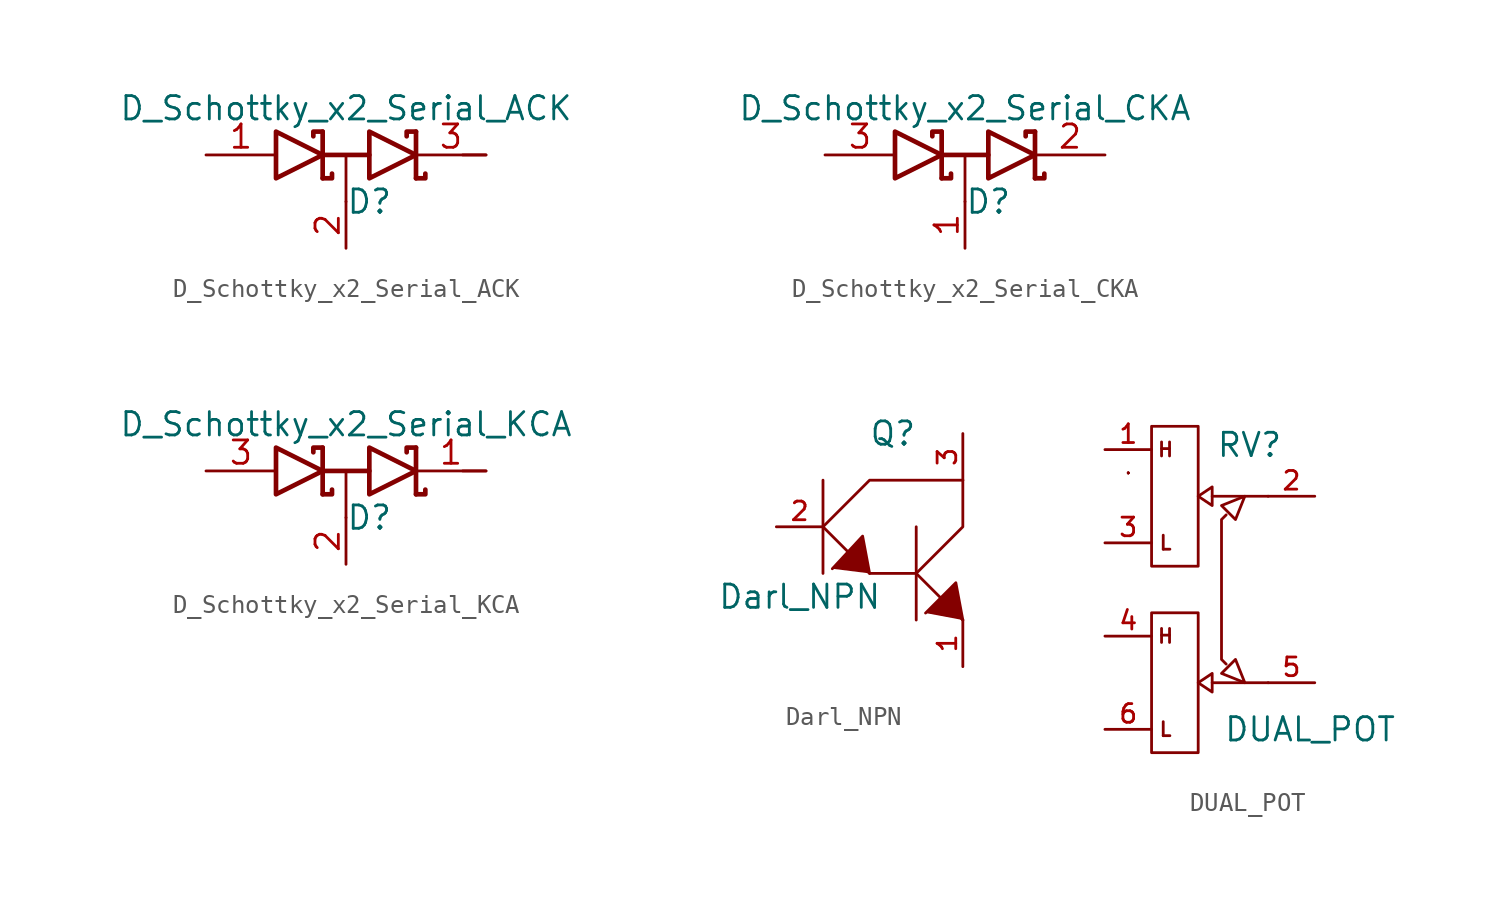
<source format=kicad_sym>
(kicad_symbol_lib
  (version 20211014)
  (generator kicad_symbol_editor)
  (symbol "D_Schottky_x2_Serial_ACK"
    (pin_names
      (offset 0.762) hide)
    (property "Reference" "D"
      (at 1.27 -2.54 0)
      (effects (font (size 1.27 1.27))))
    (property "Value" "D_Schottky_x2_Serial_ACK"
      (at 0 2.54 0)
      (effects (font (size 1.27 1.27))))
    (property "Footprint" ""
      (at 0 0 0)
      (effects (font (size 1.524 1.524))))
    (property "Datasheet" ""
      (at 0 0 0)
      (effects (font (size 1.524 1.524))))
    (symbol "D_Schottky_x2_Serial_ACK_0_1"
      (polyline (pts (xy 0 0) (xy 0 -2.54)) (stroke (width 0) (type default) (color 0 0 0 0)) (fill (type none)))
      (polyline (pts (xy 6.35 0) (xy 7.62 0)) (stroke (width 0) (type default) (color 0 0 0 0)) (fill (type none)))
      (polyline (pts (xy -1.27 -1.27) (xy -1.27 1.27) (xy -1.27 1.27)) (stroke (width 0.254) (type default) (color 0 0 0 0)) (fill (type none)))
      (polyline (pts (xy -1.27 0) (xy 1.27 0) (xy 1.27 0)) (stroke (width 0.254) (type default) (color 0 0 0 0)) (fill (type none)))
      (polyline (pts (xy 3.81 1.27) (xy 3.81 -1.27) (xy 3.81 -1.27)) (stroke (width 0.254) (type default) (color 0 0 0 0)) (fill (type none)))
      (polyline (pts (xy -1.27 -1.27) (xy -0.762 -1.27) (xy -0.762 -1.016) (xy -0.762 -1.016)) (stroke (width 0.254) (type default) (color 0 0 0 0)) (fill (type none)))
      (polyline (pts (xy 3.81 -1.27) (xy 4.318 -1.27) (xy 4.318 -1.016) (xy 4.318 -1.016)) (stroke (width 0.254) (type default) (color 0 0 0 0)) (fill (type none)))
      (polyline (pts (xy 3.81 1.27) (xy 3.302 1.27) (xy 3.302 1.016) (xy 3.302 1.016)) (stroke (width 0.254) (type default) (color 0 0 0 0)) (fill (type none)))
      (polyline (pts (xy -1.778 1.016) (xy -1.778 1.27) (xy -1.27 1.27) (xy -1.27 1.27) (xy -1.27 1.27)) (stroke (width 0.254) (type default) (color 0 0 0 0)) (fill (type none)))
      (polyline (pts (xy -3.81 1.27) (xy -1.27 0) (xy -3.81 -1.27) (xy -3.81 1.27) (xy -3.81 1.27) (xy -3.81 1.27)) (stroke (width 0.254) (type default) (color 0 0 0 0)) (fill (type none)))
      (polyline (pts (xy 1.27 1.27) (xy 3.81 0) (xy 1.27 -1.27) (xy 1.27 1.27) (xy 1.27 1.27) (xy 1.27 1.27)) (stroke (width 0.254) (type default) (color 0 0 0 0)) (fill (type none)))
      (pin passive line (at -7.62 0 0) (length 3.81) (name "A" (effects (font (size 1.27 1.27)))) (number "1" (effects (font (size 1.27 1.27)))))
      (pin passive line (at 0 -5.08 90) (length 2.54) (name "common" (effects (font (size 1.27 1.27)))) (number "2" (effects (font (size 1.27 1.27)))))
      (pin passive line (at 7.62 0 180) (length 3.81) (name "K" (effects (font (size 1.27 1.27)))) (number "3" (effects (font (size 1.27 1.27)))))))
  (symbol "D_Schottky_x2_Serial_CKA"
    (pin_names
      (offset 0.762) hide)
    (property "Reference" "D"
      (at 1.27 -2.54 0)
      (effects (font (size 1.27 1.27))))
    (property "Value" "D_Schottky_x2_Serial_CKA"
      (at 0 2.54 0)
      (effects (font (size 1.27 1.27))))
    (property "Footprint" ""
      (at 0 0 0)
      (effects (font (size 1.524 1.524))))
    (property "Datasheet" ""
      (at 0 0 0)
      (effects (font (size 1.524 1.524))))
    (symbol "D_Schottky_x2_Serial_CKA_0_1"
      (polyline (pts (xy 0 0) (xy 0 -2.54)) (stroke (width 0) (type default) (color 0 0 0 0)) (fill (type none)))
      (polyline (pts (xy -1.27 -1.27) (xy -1.27 1.27) (xy -1.27 1.27)) (stroke (width 0.254) (type default) (color 0 0 0 0)) (fill (type none)))
      (polyline (pts (xy -1.27 0) (xy 1.27 0) (xy 1.27 0)) (stroke (width 0.254) (type default) (color 0 0 0 0)) (fill (type none)))
      (polyline (pts (xy 3.81 1.27) (xy 3.81 -1.27) (xy 3.81 -1.27)) (stroke (width 0.254) (type default) (color 0 0 0 0)) (fill (type none)))
      (polyline (pts (xy -1.27 -1.27) (xy -0.762 -1.27) (xy -0.762 -1.016) (xy -0.762 -1.016)) (stroke (width 0.254) (type default) (color 0 0 0 0)) (fill (type none)))
      (polyline (pts (xy 3.81 -1.27) (xy 4.318 -1.27) (xy 4.318 -1.016) (xy 4.318 -1.016)) (stroke (width 0.254) (type default) (color 0 0 0 0)) (fill (type none)))
      (polyline (pts (xy 3.81 1.27) (xy 3.302 1.27) (xy 3.302 1.016) (xy 3.302 1.016)) (stroke (width 0.254) (type default) (color 0 0 0 0)) (fill (type none)))
      (polyline (pts (xy -1.778 1.016) (xy -1.778 1.27) (xy -1.27 1.27) (xy -1.27 1.27) (xy -1.27 1.27)) (stroke (width 0.254) (type default) (color 0 0 0 0)) (fill (type none)))
      (polyline (pts (xy -3.81 1.27) (xy -1.27 0) (xy -3.81 -1.27) (xy -3.81 1.27) (xy -3.81 1.27) (xy -3.81 1.27)) (stroke (width 0.254) (type default) (color 0 0 0 0)) (fill (type none)))
      (polyline (pts (xy 1.27 1.27) (xy 3.81 0) (xy 1.27 -1.27) (xy 1.27 1.27) (xy 1.27 1.27) (xy 1.27 1.27)) (stroke (width 0.254) (type default) (color 0 0 0 0)) (fill (type none)))
      (pin passive line (at 0 -5.08 90) (length 2.54) (name "common" (effects (font (size 1.27 1.27)))) (number "1" (effects (font (size 1.27 1.27)))))
      (pin passive line (at 7.62 0 180) (length 3.81) (name "K" (effects (font (size 1.27 1.27)))) (number "2" (effects (font (size 1.27 1.27)))))
      (pin passive line (at -7.62 0 0) (length 3.81) (name "A" (effects (font (size 1.27 1.27)))) (number "3" (effects (font (size 1.27 1.27)))))))
  (symbol "D_Schottky_x2_Serial_KCA"
    (pin_names
      (offset 0.762) hide)
    (property "Reference" "D"
      (at 1.27 -2.54 0)
      (effects (font (size 1.27 1.27))))
    (property "Value" "D_Schottky_x2_Serial_KCA"
      (at 0 2.54 0)
      (effects (font (size 1.27 1.27))))
    (property "Footprint" ""
      (at 0 0 0)
      (effects (font (size 1.524 1.524))))
    (property "Datasheet" ""
      (at 0 0 0)
      (effects (font (size 1.524 1.524))))
    (symbol "D_Schottky_x2_Serial_KCA_0_1"
      (polyline (pts (xy 0 0) (xy 0 -2.54)) (stroke (width 0) (type default) (color 0 0 0 0)) (fill (type none)))
      (polyline (pts (xy 6.35 0) (xy 7.62 0)) (stroke (width 0) (type default) (color 0 0 0 0)) (fill (type none)))
      (polyline (pts (xy -1.27 -1.27) (xy -1.27 1.27) (xy -1.27 1.27)) (stroke (width 0.254) (type default) (color 0 0 0 0)) (fill (type none)))
      (polyline (pts (xy -1.27 0) (xy 1.27 0) (xy 1.27 0)) (stroke (width 0.254) (type default) (color 0 0 0 0)) (fill (type none)))
      (polyline (pts (xy 3.81 1.27) (xy 3.81 -1.27) (xy 3.81 -1.27)) (stroke (width 0.254) (type default) (color 0 0 0 0)) (fill (type none)))
      (polyline (pts (xy -1.27 -1.27) (xy -0.762 -1.27) (xy -0.762 -1.016) (xy -0.762 -1.016)) (stroke (width 0.254) (type default) (color 0 0 0 0)) (fill (type none)))
      (polyline (pts (xy 3.81 -1.27) (xy 4.318 -1.27) (xy 4.318 -1.016) (xy 4.318 -1.016)) (stroke (width 0.254) (type default) (color 0 0 0 0)) (fill (type none)))
      (polyline (pts (xy 3.81 1.27) (xy 3.302 1.27) (xy 3.302 1.016) (xy 3.302 1.016)) (stroke (width 0.254) (type default) (color 0 0 0 0)) (fill (type none)))
      (polyline (pts (xy -1.778 1.016) (xy -1.778 1.27) (xy -1.27 1.27) (xy -1.27 1.27) (xy -1.27 1.27)) (stroke (width 0.254) (type default) (color 0 0 0 0)) (fill (type none)))
      (polyline (pts (xy -3.81 1.27) (xy -1.27 0) (xy -3.81 -1.27) (xy -3.81 1.27) (xy -3.81 1.27) (xy -3.81 1.27)) (stroke (width 0.254) (type default) (color 0 0 0 0)) (fill (type none)))
      (polyline (pts (xy 1.27 1.27) (xy 3.81 0) (xy 1.27 -1.27) (xy 1.27 1.27) (xy 1.27 1.27) (xy 1.27 1.27)) (stroke (width 0.254) (type default) (color 0 0 0 0)) (fill (type none)))
      (pin passive line (at 7.62 0 180) (length 3.81) (name "K" (effects (font (size 1.27 1.27)))) (number "1" (effects (font (size 1.27 1.27)))))
      (pin passive line (at 0 -5.08 90) (length 2.54) (name "common" (effects (font (size 1.27 1.27)))) (number "2" (effects (font (size 1.27 1.27)))))
      (pin passive line (at -7.62 0 0) (length 3.81) (name "A" (effects (font (size 1.27 1.27)))) (number "3" (effects (font (size 1.27 1.27)))))))
  (symbol "Darl_NPN"
    (pin_names
      (offset 0.254))
    (property "Reference" "Q"
      (at 0 5.08 0)
      (effects (font (size 1.27 1.27))))
    (property "Value" "Darl_NPN"
      (at -5.08 -3.81 0)
      (effects (font (size 1.27 1.27))))
    (property "Footprint" ""
      (at 0 -1.27 0)
      (effects (font (size 1.524 1.524))))
    (property "Datasheet" ""
      (at 0 -1.27 0)
      (effects (font (size 1.524 1.524))))
    (symbol "Darl_NPN_0_0"
      (polyline (pts (xy -3.81 -2.54) (xy -3.81 2.54)) (stroke (width 0) (type default) (color 0 0 0 0)) (fill (type none)))
      (polyline (pts (xy 1.27 0) (xy 1.27 -5.08)) (stroke (width 0) (type default) (color 0 0 0 0)) (fill (type none))))
    (symbol "Darl_NPN_0_1"
      (polyline (pts (xy 1.27 -2.54) (xy 3.81 -5.08)) (stroke (width 0) (type default) (color 0 0 0 0)) (fill (type none)))
      (polyline (pts (xy -3.81 0) (xy -1.27 -2.54) (xy 1.27 -2.54)) (stroke (width 0) (type default) (color 0 0 0 0)) (fill (type none)))
      (polyline (pts (xy -3.81 0) (xy -1.27 2.54) (xy 3.81 2.54)) (stroke (width 0) (type default) (color 0 0 0 0)) (fill (type none)))
      (polyline (pts (xy -1.27 -2.54) (xy -1.651 -0.508) (xy -3.302 -2.286)) (stroke (width 0) (type default) (color 0 0 0 0)) (fill (type outline)))
      (polyline (pts (xy 1.27 -2.54) (xy 3.81 0) (xy 3.81 2.54)) (stroke (width 0) (type default) (color 0 0 0 0)) (fill (type none)))
      (polyline (pts (xy 3.81 -5.08) (xy 3.429 -3.048) (xy 1.778 -4.699)) (stroke (width 0) (type default) (color 0 0 0 0)) (fill (type outline))))
    (symbol "Darl_NPN_1_1"
      (pin passive line (at 3.81 -7.62 90) (length 2.54) (name "~" (effects (font (size 1.016 1.016)))) (number "1" (effects (font (size 1.016 1.016)))))
      (pin input line (at -6.35 0 0) (length 2.54) (name "~" (effects (font (size 1.016 1.016)))) (number "2" (effects (font (size 1.016 1.016)))))
      (pin passive line (at 3.81 5.08 270) (length 2.54) (name "~" (effects (font (size 1.016 1.016)))) (number "3" (effects (font (size 1.016 1.016)))))))
  (symbol "DUAL_POT"
    (pin_names
      (offset 1.016) hide)
    (property "Reference" "RV"
      (at 4.064 7.874 0)
      (effects (font (size 1.27 1.27))))
    (property "Value" "DUAL_POT"
      (at 7.366 -7.62 0)
      (effects (font (size 1.27 1.27))))
    (property "Footprint" ""
      (at 0 0 0)
      (effects (font (size 1.524 1.524))))
    (property "Datasheet" ""
      (at 0 0 0)
      (effects (font (size 1.524 1.524))))
    (symbol "DUAL_POT_0_0"
      (text "H" (at -0.508 -2.54 0) (effects (font (size 0.762 0.762))))
      (text "H" (at -0.508 7.62 0) (effects (font (size 0.762 0.762))))
      (text "L" (at -0.508 -7.62 0) (effects (font (size 0.762 0.762))))
      (text "L" (at -0.508 2.54 0) (effects (font (size 0.762 0.762)))))
    (symbol "DUAL_POT_0_1"
      (rectangle (start -2.54 6.35) (end -2.54 6.35) (stroke (width 0) (type default) (color 0 0 0 0)) (fill (type none)))
      (rectangle (start -2.54 6.35) (end -2.54 6.35) (stroke (width 0) (type default) (color 0 0 0 0)) (fill (type none)))
      (rectangle (start -2.54 6.35) (end -2.54 6.35) (stroke (width 0) (type default) (color 0 0 0 0)) (fill (type none)))
      (rectangle (start -2.54 6.35) (end -2.54 6.35) (stroke (width 0) (type default) (color 0 0 0 0)) (fill (type none)))
      (rectangle (start -1.27 -1.27) (end 1.27 -8.89) (stroke (width 0) (type default) (color 0 0 0 0)) (fill (type none)))
      (rectangle (start -1.27 8.89) (end 1.27 1.27) (stroke (width 0) (type default) (color 0 0 0 0)) (fill (type none)))
      (polyline (pts (xy 5.08 5.08) (xy 2.032 5.08) (xy 2.032 5.08) (xy 2.032 5.08)) (stroke (width 0) (type default) (color 0 0 0 0)) (fill (type none)))
      (polyline (pts (xy 2.032 -5.588) (xy 2.032 -4.572) (xy 1.27 -5.08) (xy 2.032 -5.588) (xy 2.032 -5.588)) (stroke (width 0) (type default) (color 0 0 0 0)) (fill (type none)))
      (polyline (pts (xy 3.81 -5.08) (xy 2.54 -4.572) (xy 3.302 -3.81) (xy 3.81 -5.08) (xy 3.81 -5.08)) (stroke (width 0) (type default) (color 0 0 0 0)) (fill (type none)))
      (polyline (pts (xy 5.08 -5.08) (xy 2.032 -5.08) (xy 2.032 -5.08) (xy 2.032 -5.08) (xy 2.032 -5.08)) (stroke (width 0) (type default) (color 0 0 0 0)) (fill (type none)))
      (polyline (pts (xy 2.032 4.572) (xy 2.032 5.588) (xy 1.27 5.08) (xy 2.032 4.572) (xy 2.032 4.572) (xy 2.032 4.572)) (stroke (width 0) (type default) (color 0 0 0 0)) (fill (type none)))
      (polyline (pts (xy 2.794 4.064) (xy 2.54 3.81) (xy 2.54 -3.81) (xy 2.794 -4.064) (xy 2.794 -4.064) (xy 2.794 -4.064)) (stroke (width 0) (type default) (color 0 0 0 0)) (fill (type none)))
      (polyline (pts (xy 3.81 5.08) (xy 2.54 4.572) (xy 3.302 3.81) (xy 3.81 5.08) (xy 3.81 5.08) (xy 3.81 5.08)) (stroke (width 0) (type default) (color 0 0 0 0)) (fill (type none))))
    (symbol "DUAL_POT_1_1"
      (pin passive line (at -3.81 7.62 0) (length 2.54) (name "1" (effects (font (size 1.016 1.016)))) (number "1" (effects (font (size 1.016 1.016)))))
      (pin passive line (at 7.62 5.08 180) (length 2.54) (name "2" (effects (font (size 1.016 1.016)))) (number "2" (effects (font (size 1.016 1.016)))))
      (pin passive line (at -3.81 2.54 0) (length 2.54) (name "3" (effects (font (size 1.016 1.016)))) (number "3" (effects (font (size 1.016 1.016)))))
      (pin passive line (at -3.81 -2.54 0) (length 2.54) (name "~" (effects (font (size 1.016 1.016)))) (number "4" (effects (font (size 1.016 1.016)))))
      (pin passive line (at 7.62 -5.08 180) (length 2.54) (name "~" (effects (font (size 1.016 1.016)))) (number "5" (effects (font (size 1.016 1.016)))))
      (pin passive line (at -3.81 -7.62 0) (length 2.54) (name "~" (effects (font (size 1.016 1.016)))) (number "6" (effects (font (size 1.016 1.016))))))))
</source>
